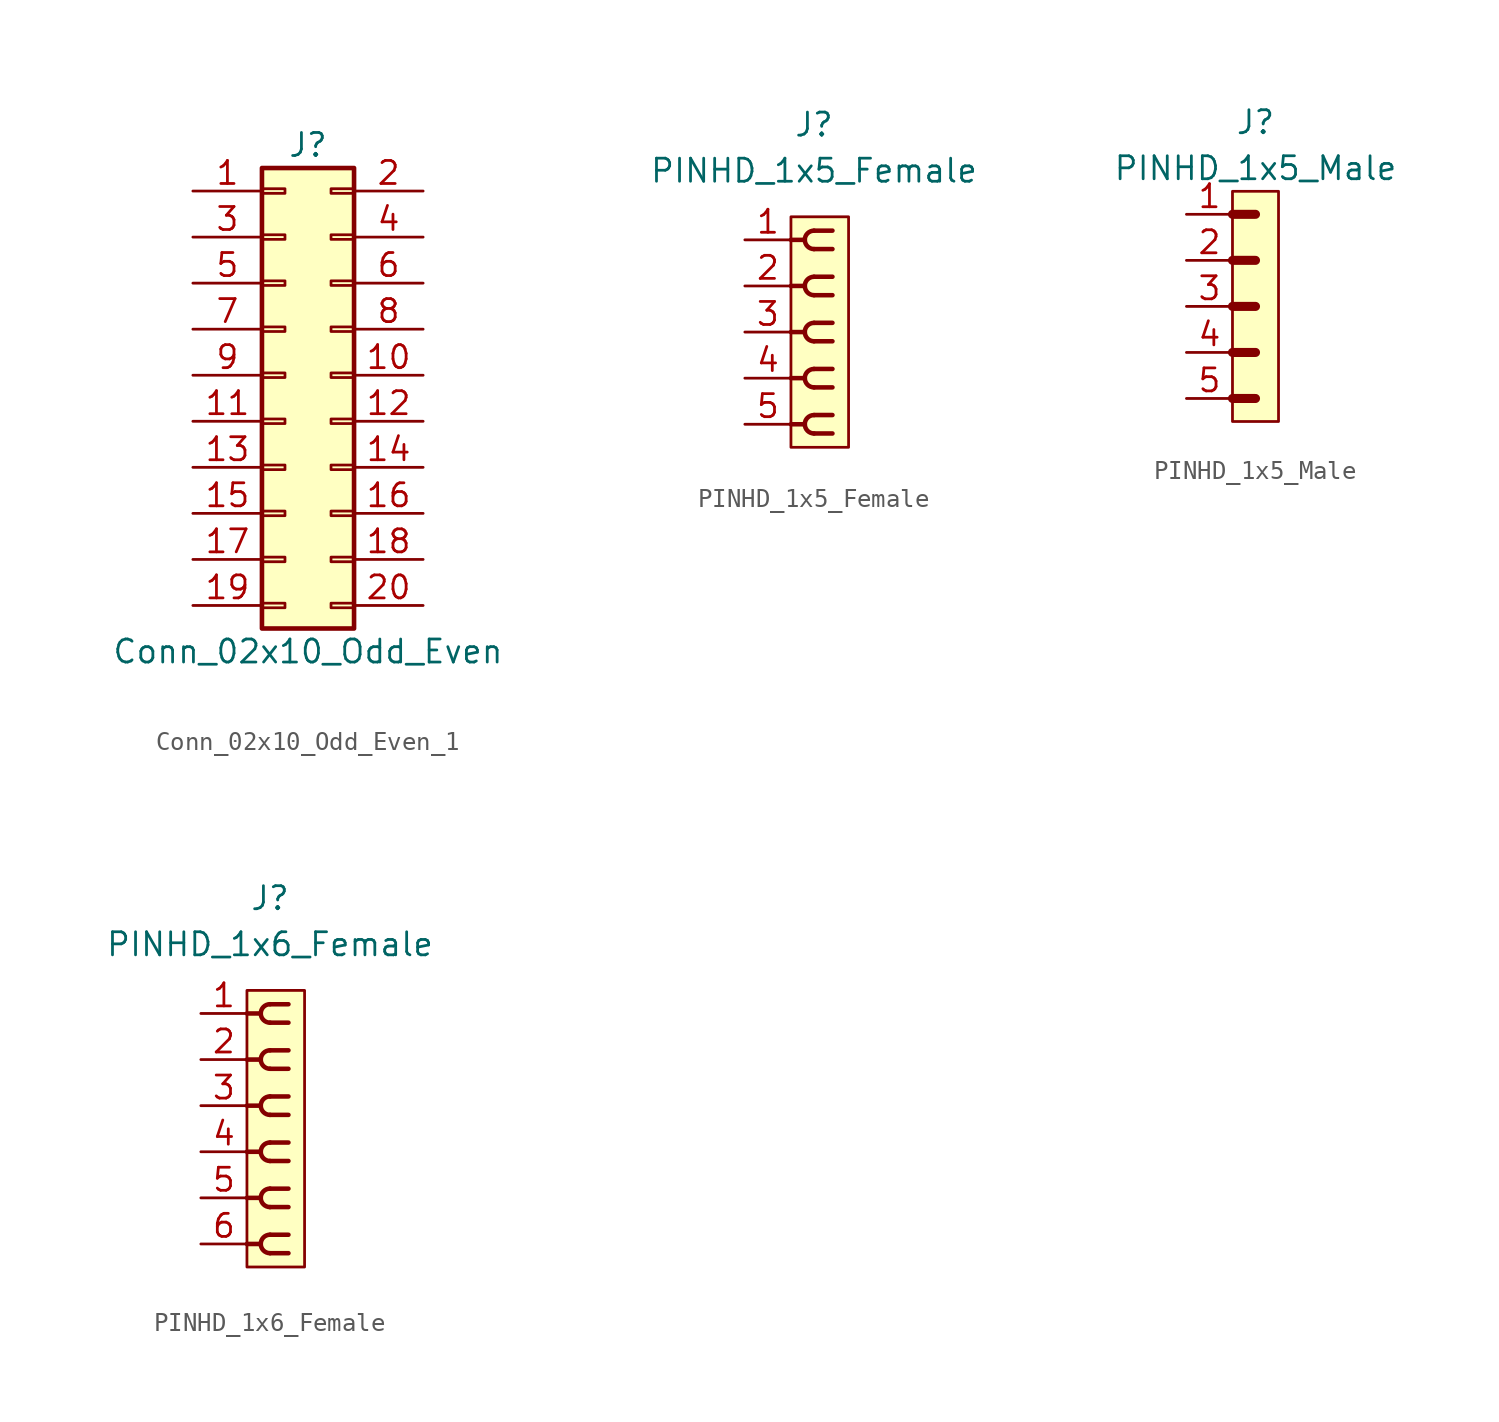
<source format=kicad_sym>
(kicad_symbol_lib
  (version 20241209)
  (generator "kicad_symbol_editor")
  (generator_version "9.0")
  (symbol "Conn_02x10_Odd_Even_1"
    (pin_names
      (offset 1.016)
      (hide yes))
    (property "Reference" "J"
      (at 1.27 12.7 0)
      (effects (font (size 1.27 1.27))))
    (property "Value" "Conn_02x10_Odd_Even"
      (at 1.27 -15.24 0)
      (effects (font (size 1.27 1.27))))
    (symbol "Conn_02x10_Odd_Even_1_1_1"
      (rectangle (start -1.27 11.43) (end 3.81 -13.97) (stroke (width 0.254) (type default)) (fill (type background)))
      (rectangle (start -1.27 10.287) (end 0 10.033) (stroke (width 0.152) (type default)) (fill (type none)))
      (rectangle (start -1.27 7.747) (end 0 7.493) (stroke (width 0.152) (type default)) (fill (type none)))
      (rectangle (start -1.27 5.207) (end 0 4.953) (stroke (width 0.152) (type default)) (fill (type none)))
      (rectangle (start -1.27 2.667) (end 0 2.413) (stroke (width 0.152) (type default)) (fill (type none)))
      (rectangle (start -1.27 0.127) (end 0 -0.127) (stroke (width 0.152) (type default)) (fill (type none)))
      (rectangle (start -1.27 -2.413) (end 0 -2.667) (stroke (width 0.152) (type default)) (fill (type none)))
      (rectangle (start -1.27 -4.953) (end 0 -5.207) (stroke (width 0.152) (type default)) (fill (type none)))
      (rectangle (start -1.27 -7.493) (end 0 -7.747) (stroke (width 0.152) (type default)) (fill (type none)))
      (rectangle (start -1.27 -10.033) (end 0 -10.287) (stroke (width 0.152) (type default)) (fill (type none)))
      (rectangle (start -1.27 -12.573) (end 0 -12.827) (stroke (width 0.152) (type default)) (fill (type none)))
      (rectangle (start 3.81 10.287) (end 2.54 10.033) (stroke (width 0.152) (type default)) (fill (type none)))
      (rectangle (start 3.81 7.747) (end 2.54 7.493) (stroke (width 0.152) (type default)) (fill (type none)))
      (rectangle (start 3.81 5.207) (end 2.54 4.953) (stroke (width 0.152) (type default)) (fill (type none)))
      (rectangle (start 3.81 2.667) (end 2.54 2.413) (stroke (width 0.152) (type default)) (fill (type none)))
      (rectangle (start 3.81 0.127) (end 2.54 -0.127) (stroke (width 0.152) (type default)) (fill (type none)))
      (rectangle (start 3.81 -2.413) (end 2.54 -2.667) (stroke (width 0.152) (type default)) (fill (type none)))
      (rectangle (start 3.81 -4.953) (end 2.54 -5.207) (stroke (width 0.152) (type default)) (fill (type none)))
      (rectangle (start 3.81 -7.493) (end 2.54 -7.747) (stroke (width 0.152) (type default)) (fill (type none)))
      (rectangle (start 3.81 -10.033) (end 2.54 -10.287) (stroke (width 0.152) (type default)) (fill (type none)))
      (rectangle (start 3.81 -12.573) (end 2.54 -12.827) (stroke (width 0.152) (type default)) (fill (type none)))
      (pin passive line (at -5.08 10.16 0) (length 3.81) (name "Pin_1" (effects (font (size 1.27 1.27)))) (number "1" (effects (font (size 1.27 1.27)))))
      (pin passive line (at -5.08 7.62 0) (length 3.81) (name "Pin_3" (effects (font (size 1.27 1.27)))) (number "3" (effects (font (size 1.27 1.27)))))
      (pin passive line (at -5.08 5.08 0) (length 3.81) (name "Pin_5" (effects (font (size 1.27 1.27)))) (number "5" (effects (font (size 1.27 1.27)))))
      (pin passive line (at -5.08 2.54 0) (length 3.81) (name "Pin_7" (effects (font (size 1.27 1.27)))) (number "7" (effects (font (size 1.27 1.27)))))
      (pin passive line (at -5.08 0 0) (length 3.81) (name "Pin_9" (effects (font (size 1.27 1.27)))) (number "9" (effects (font (size 1.27 1.27)))))
      (pin passive line (at -5.08 -2.54 0) (length 3.81) (name "Pin_11" (effects (font (size 1.27 1.27)))) (number "11" (effects (font (size 1.27 1.27)))))
      (pin passive line (at -5.08 -5.08 0) (length 3.81) (name "Pin_13" (effects (font (size 1.27 1.27)))) (number "13" (effects (font (size 1.27 1.27)))))
      (pin passive line (at -5.08 -7.62 0) (length 3.81) (name "Pin_15" (effects (font (size 1.27 1.27)))) (number "15" (effects (font (size 1.27 1.27)))))
      (pin passive line (at -5.08 -10.16 0) (length 3.81) (name "Pin_17" (effects (font (size 1.27 1.27)))) (number "17" (effects (font (size 1.27 1.27)))))
      (pin passive line (at -5.08 -12.7 0) (length 3.81) (name "Pin_19" (effects (font (size 1.27 1.27)))) (number "19" (effects (font (size 1.27 1.27)))))
      (pin passive line (at 7.62 10.16 180) (length 3.81) (name "Pin_2" (effects (font (size 1.27 1.27)))) (number "2" (effects (font (size 1.27 1.27)))))
      (pin passive line (at 7.62 7.62 180) (length 3.81) (name "Pin_4" (effects (font (size 1.27 1.27)))) (number "4" (effects (font (size 1.27 1.27)))))
      (pin passive line (at 7.62 5.08 180) (length 3.81) (name "Pin_6" (effects (font (size 1.27 1.27)))) (number "6" (effects (font (size 1.27 1.27)))))
      (pin passive line (at 7.62 2.54 180) (length 3.81) (name "Pin_8" (effects (font (size 1.27 1.27)))) (number "8" (effects (font (size 1.27 1.27)))))
      (pin passive line (at 7.62 0 180) (length 3.81) (name "Pin_10" (effects (font (size 1.27 1.27)))) (number "10" (effects (font (size 1.27 1.27)))))
      (pin passive line (at 7.62 -2.54 180) (length 3.81) (name "Pin_12" (effects (font (size 1.27 1.27)))) (number "12" (effects (font (size 1.27 1.27)))))
      (pin passive line (at 7.62 -5.08 180) (length 3.81) (name "Pin_14" (effects (font (size 1.27 1.27)))) (number "14" (effects (font (size 1.27 1.27)))))
      (pin passive line (at 7.62 -7.62 180) (length 3.81) (name "Pin_16" (effects (font (size 1.27 1.27)))) (number "16" (effects (font (size 1.27 1.27)))))
      (pin passive line (at 7.62 -10.16 180) (length 3.81) (name "Pin_18" (effects (font (size 1.27 1.27)))) (number "18" (effects (font (size 1.27 1.27)))))
      (pin passive line (at 7.62 -12.7 180) (length 3.81) (name "Pin_20" (effects (font (size 1.27 1.27)))) (number "20" (effects (font (size 1.27 1.27)))))))
  (symbol "PINHD_1x5_Female"
    (property "Reference" "J"
      (at 0 11.43 0)
      (effects (font (size 1.27 1.27))))
    (property "Value" "PINHD_1x5_Female"
      (at 0 8.89 0)
      (effects (font (size 1.27 1.27))))
    (symbol "PINHD_1x5_Female_0_1"
      (rectangle (start -1.27 6.35) (end 1.905 -6.35) (stroke (width 0) (type default)) (fill (type background)))
      (polyline (pts (xy -1.27 5.08) (xy -0.508 5.08)) (stroke (width 0.25) (type default)) (fill (type none)))
      (polyline (pts (xy -1.27 2.54) (xy -0.508 2.54)) (stroke (width 0.25) (type default)) (fill (type none)))
      (polyline (pts (xy -1.27 0) (xy -0.508 0)) (stroke (width 0.25) (type default)) (fill (type none)))
      (polyline (pts (xy -1.27 -2.54) (xy -0.508 -2.54)) (stroke (width 0.25) (type default)) (fill (type none)))
      (polyline (pts (xy -1.27 -5.08) (xy -0.508 -5.08)) (stroke (width 0.25) (type default)) (fill (type none)))
      (polyline (pts (xy 0 5.588) (xy 1.016 5.588)) (stroke (width 0.25) (type default)) (fill (type none)))
      (arc (start -0.508 5.08) (mid -0.3592 5.4392) (end 0 5.588) (stroke (width 0.25) (type default)) (fill (type none)))
      (arc (start 0 4.572) (mid -0.3592 4.7208) (end -0.508 5.08) (stroke (width 0.25) (type default)) (fill (type none)))
      (polyline (pts (xy 0 4.572) (xy 1.016 4.572)) (stroke (width 0.25) (type default)) (fill (type none)))
      (polyline (pts (xy 0 3.048) (xy 1.016 3.048)) (stroke (width 0.25) (type default)) (fill (type none)))
      (arc (start -0.508 2.54) (mid -0.3592 2.8992) (end 0 3.048) (stroke (width 0.25) (type default)) (fill (type none)))
      (arc (start 0 2.032) (mid -0.3592 2.1808) (end -0.508 2.54) (stroke (width 0.25) (type default)) (fill (type none)))
      (polyline (pts (xy 0 2.032) (xy 1.016 2.032)) (stroke (width 0.25) (type default)) (fill (type none)))
      (polyline (pts (xy 0 0.508) (xy 1.016 0.508)) (stroke (width 0.25) (type default)) (fill (type none)))
      (arc (start -0.508 0) (mid -0.3592 0.3592) (end 0 0.508) (stroke (width 0.25) (type default)) (fill (type none)))
      (arc (start 0 -0.508) (mid -0.3592 -0.3592) (end -0.508 0) (stroke (width 0.25) (type default)) (fill (type none)))
      (polyline (pts (xy 0 -0.508) (xy 1.016 -0.508)) (stroke (width 0.25) (type default)) (fill (type none)))
      (polyline (pts (xy 0 -2.032) (xy 1.016 -2.032)) (stroke (width 0.25) (type default)) (fill (type none)))
      (arc (start -0.508 -2.54) (mid -0.3592 -2.1808) (end 0 -2.032) (stroke (width 0.25) (type default)) (fill (type none)))
      (arc (start 0 -3.048) (mid -0.3592 -2.8992) (end -0.508 -2.54) (stroke (width 0.25) (type default)) (fill (type none)))
      (polyline (pts (xy 0 -3.048) (xy 1.016 -3.048)) (stroke (width 0.25) (type default)) (fill (type none)))
      (polyline (pts (xy 0 -4.572) (xy 1.016 -4.572)) (stroke (width 0.25) (type default)) (fill (type none)))
      (arc (start -0.508 -5.08) (mid -0.3592 -4.7208) (end 0 -4.572) (stroke (width 0.25) (type default)) (fill (type none)))
      (arc (start 0 -5.588) (mid -0.3592 -5.4392) (end -0.508 -5.08) (stroke (width 0.25) (type default)) (fill (type none)))
      (polyline (pts (xy 0 -5.588) (xy 1.016 -5.588)) (stroke (width 0.25) (type default)) (fill (type none))))
    (symbol "PINHD_1x5_Female_1_1"
      (pin passive line (at -3.81 5.08 0) (length 2.54) (name "" (effects (font (size 1.27 1.27)))) (number "1" (effects (font (size 1.27 1.27)))))
      (pin passive line (at -3.81 2.54 0) (length 2.54) (name "" (effects (font (size 1.27 1.27)))) (number "2" (effects (font (size 1.27 1.27)))))
      (pin passive line (at -3.81 0 0) (length 2.54) (name "" (effects (font (size 1.27 1.27)))) (number "3" (effects (font (size 1.27 1.27)))))
      (pin passive line (at -3.81 -2.54 0) (length 2.54) (name "" (effects (font (size 1.27 1.27)))) (number "4" (effects (font (size 1.27 1.27)))))
      (pin passive line (at -3.81 -5.08 0) (length 2.54) (name "" (effects (font (size 1.27 1.27)))) (number "5" (effects (font (size 1.27 1.27)))))))
  (symbol "PINHD_1x5_Male"
    (property "Reference" "J"
      (at 0 10.16 0)
      (effects (font (size 1.27 1.27))))
    (property "Value" "PINHD_1x5_Male"
      (at 0 7.62 0)
      (effects (font (size 1.27 1.27))))
    (symbol "PINHD_1x5_Male_0_1"
      (rectangle (start -1.27 6.35) (end 1.27 -6.35) (stroke (width 0) (type default)) (fill (type background)))
      (polyline (pts (xy -1.27 5.08) (xy 0 5.08)) (stroke (width 0.3) (type default)) (fill (type none)))
      (polyline (pts (xy -1.27 5.08) (xy 0 5.08)) (stroke (width 0.5) (type default)) (fill (type none)))
      (polyline (pts (xy -1.27 2.54) (xy 0 2.54)) (stroke (width 0.3) (type default)) (fill (type none)))
      (polyline (pts (xy -1.27 2.54) (xy 0 2.54)) (stroke (width 0.5) (type default)) (fill (type none)))
      (polyline (pts (xy -1.27 0) (xy 0 0)) (stroke (width 0.3) (type default)) (fill (type none)))
      (polyline (pts (xy -1.27 0) (xy 0 0)) (stroke (width 0.5) (type default)) (fill (type none)))
      (polyline (pts (xy -1.27 -2.54) (xy 0 -2.54)) (stroke (width 0.3) (type default)) (fill (type none)))
      (polyline (pts (xy -1.27 -2.54) (xy 0 -2.54)) (stroke (width 0.5) (type default)) (fill (type none)))
      (polyline (pts (xy -1.27 -5.08) (xy 0 -5.08)) (stroke (width 0.3) (type default)) (fill (type none)))
      (polyline (pts (xy -1.27 -5.08) (xy 0 -5.08)) (stroke (width 0.5) (type default)) (fill (type none))))
    (symbol "PINHD_1x5_Male_1_1"
      (pin passive line (at -3.81 5.08 0) (length 2.54) (name "" (effects (font (size 1.27 1.27)))) (number "1" (effects (font (size 1.27 1.27)))))
      (pin passive line (at -3.81 2.54 0) (length 2.54) (name "" (effects (font (size 1.27 1.27)))) (number "2" (effects (font (size 1.27 1.27)))))
      (pin passive line (at -3.81 0 0) (length 2.54) (name "" (effects (font (size 1.27 1.27)))) (number "3" (effects (font (size 1.27 1.27)))))
      (pin passive line (at -3.81 -2.54 0) (length 2.54) (name "" (effects (font (size 1.27 1.27)))) (number "4" (effects (font (size 1.27 1.27)))))
      (pin passive line (at -3.81 -5.08 0) (length 2.54) (name "" (effects (font (size 1.27 1.27)))) (number "5" (effects (font (size 1.27 1.27)))))))
  (symbol "PINHD_1x6_Female"
    (property "Reference" "J"
      (at 0 12.7 0)
      (effects (font (size 1.27 1.27))))
    (property "Value" "PINHD_1x6_Female"
      (at 0 10.16 0)
      (effects (font (size 1.27 1.27))))
    (symbol "PINHD_1x6_Female_0_1"
      (rectangle (start -1.27 7.62) (end 1.905 -7.62) (stroke (width 0) (type default)) (fill (type background)))
      (polyline (pts (xy -1.27 6.35) (xy -0.508 6.35)) (stroke (width 0.25) (type default)) (fill (type none)))
      (polyline (pts (xy -1.27 3.81) (xy -0.508 3.81)) (stroke (width 0.25) (type default)) (fill (type none)))
      (polyline (pts (xy -1.27 1.27) (xy -0.508 1.27)) (stroke (width 0.25) (type default)) (fill (type none)))
      (polyline (pts (xy -1.27 -1.27) (xy -0.508 -1.27)) (stroke (width 0.25) (type default)) (fill (type none)))
      (polyline (pts (xy -1.27 -3.81) (xy -0.508 -3.81)) (stroke (width 0.25) (type default)) (fill (type none)))
      (polyline (pts (xy -1.27 -6.35) (xy -0.508 -6.35)) (stroke (width 0.25) (type default)) (fill (type none)))
      (polyline (pts (xy 0 6.858) (xy 1.016 6.858)) (stroke (width 0.25) (type default)) (fill (type none)))
      (arc (start -0.508 6.35) (mid -0.3592 6.7092) (end 0 6.858) (stroke (width 0.25) (type default)) (fill (type none)))
      (arc (start 0 5.842) (mid -0.3592 5.9908) (end -0.508 6.35) (stroke (width 0.25) (type default)) (fill (type none)))
      (polyline (pts (xy 0 5.842) (xy 1.016 5.842)) (stroke (width 0.25) (type default)) (fill (type none)))
      (polyline (pts (xy 0 4.318) (xy 1.016 4.318)) (stroke (width 0.25) (type default)) (fill (type none)))
      (arc (start -0.508 3.81) (mid -0.3592 4.1692) (end 0 4.318) (stroke (width 0.25) (type default)) (fill (type none)))
      (arc (start 0 3.302) (mid -0.3592 3.4508) (end -0.508 3.81) (stroke (width 0.25) (type default)) (fill (type none)))
      (polyline (pts (xy 0 3.302) (xy 1.016 3.302)) (stroke (width 0.25) (type default)) (fill (type none)))
      (polyline (pts (xy 0 1.778) (xy 1.016 1.778)) (stroke (width 0.25) (type default)) (fill (type none)))
      (arc (start -0.508 1.27) (mid -0.3592 1.6292) (end 0 1.778) (stroke (width 0.25) (type default)) (fill (type none)))
      (arc (start 0 0.762) (mid -0.3592 0.9108) (end -0.508 1.27) (stroke (width 0.25) (type default)) (fill (type none)))
      (polyline (pts (xy 0 0.762) (xy 1.016 0.762)) (stroke (width 0.25) (type default)) (fill (type none)))
      (polyline (pts (xy 0 -0.762) (xy 1.016 -0.762)) (stroke (width 0.25) (type default)) (fill (type none)))
      (arc (start -0.508 -1.27) (mid -0.3592 -0.9108) (end 0 -0.762) (stroke (width 0.25) (type default)) (fill (type none)))
      (arc (start 0 -1.778) (mid -0.3592 -1.6292) (end -0.508 -1.27) (stroke (width 0.25) (type default)) (fill (type none)))
      (polyline (pts (xy 0 -1.778) (xy 1.016 -1.778)) (stroke (width 0.25) (type default)) (fill (type none)))
      (polyline (pts (xy 0 -3.302) (xy 1.016 -3.302)) (stroke (width 0.25) (type default)) (fill (type none)))
      (arc (start -0.508 -3.81) (mid -0.3592 -3.4508) (end 0 -3.302) (stroke (width 0.25) (type default)) (fill (type none)))
      (arc (start 0 -4.318) (mid -0.3592 -4.1692) (end -0.508 -3.81) (stroke (width 0.25) (type default)) (fill (type none)))
      (polyline (pts (xy 0 -4.318) (xy 1.016 -4.318)) (stroke (width 0.25) (type default)) (fill (type none)))
      (polyline (pts (xy 0 -5.842) (xy 1.016 -5.842)) (stroke (width 0.25) (type default)) (fill (type none)))
      (arc (start -0.508 -6.35) (mid -0.3592 -5.9908) (end 0 -5.842) (stroke (width 0.25) (type default)) (fill (type none)))
      (arc (start 0 -6.858) (mid -0.3592 -6.7092) (end -0.508 -6.35) (stroke (width 0.25) (type default)) (fill (type none)))
      (polyline (pts (xy 0 -6.858) (xy 1.016 -6.858)) (stroke (width 0.25) (type default)) (fill (type none))))
    (symbol "PINHD_1x6_Female_1_1"
      (pin passive line (at -3.81 6.35 0) (length 2.54) (name "" (effects (font (size 1.27 1.27)))) (number "1" (effects (font (size 1.27 1.27)))))
      (pin passive line (at -3.81 3.81 0) (length 2.54) (name "" (effects (font (size 1.27 1.27)))) (number "2" (effects (font (size 1.27 1.27)))))
      (pin passive line (at -3.81 1.27 0) (length 2.54) (name "" (effects (font (size 1.27 1.27)))) (number "3" (effects (font (size 1.27 1.27)))))
      (pin passive line (at -3.81 -1.27 0) (length 2.54) (name "" (effects (font (size 1.27 1.27)))) (number "4" (effects (font (size 1.27 1.27)))))
      (pin passive line (at -3.81 -3.81 0) (length 2.54) (name "" (effects (font (size 1.27 1.27)))) (number "5" (effects (font (size 1.27 1.27)))))
      (pin passive line (at -3.81 -6.35 0) (length 2.54) (name "" (effects (font (size 1.27 1.27)))) (number "6" (effects (font (size 1.27 1.27))))))))
</source>
